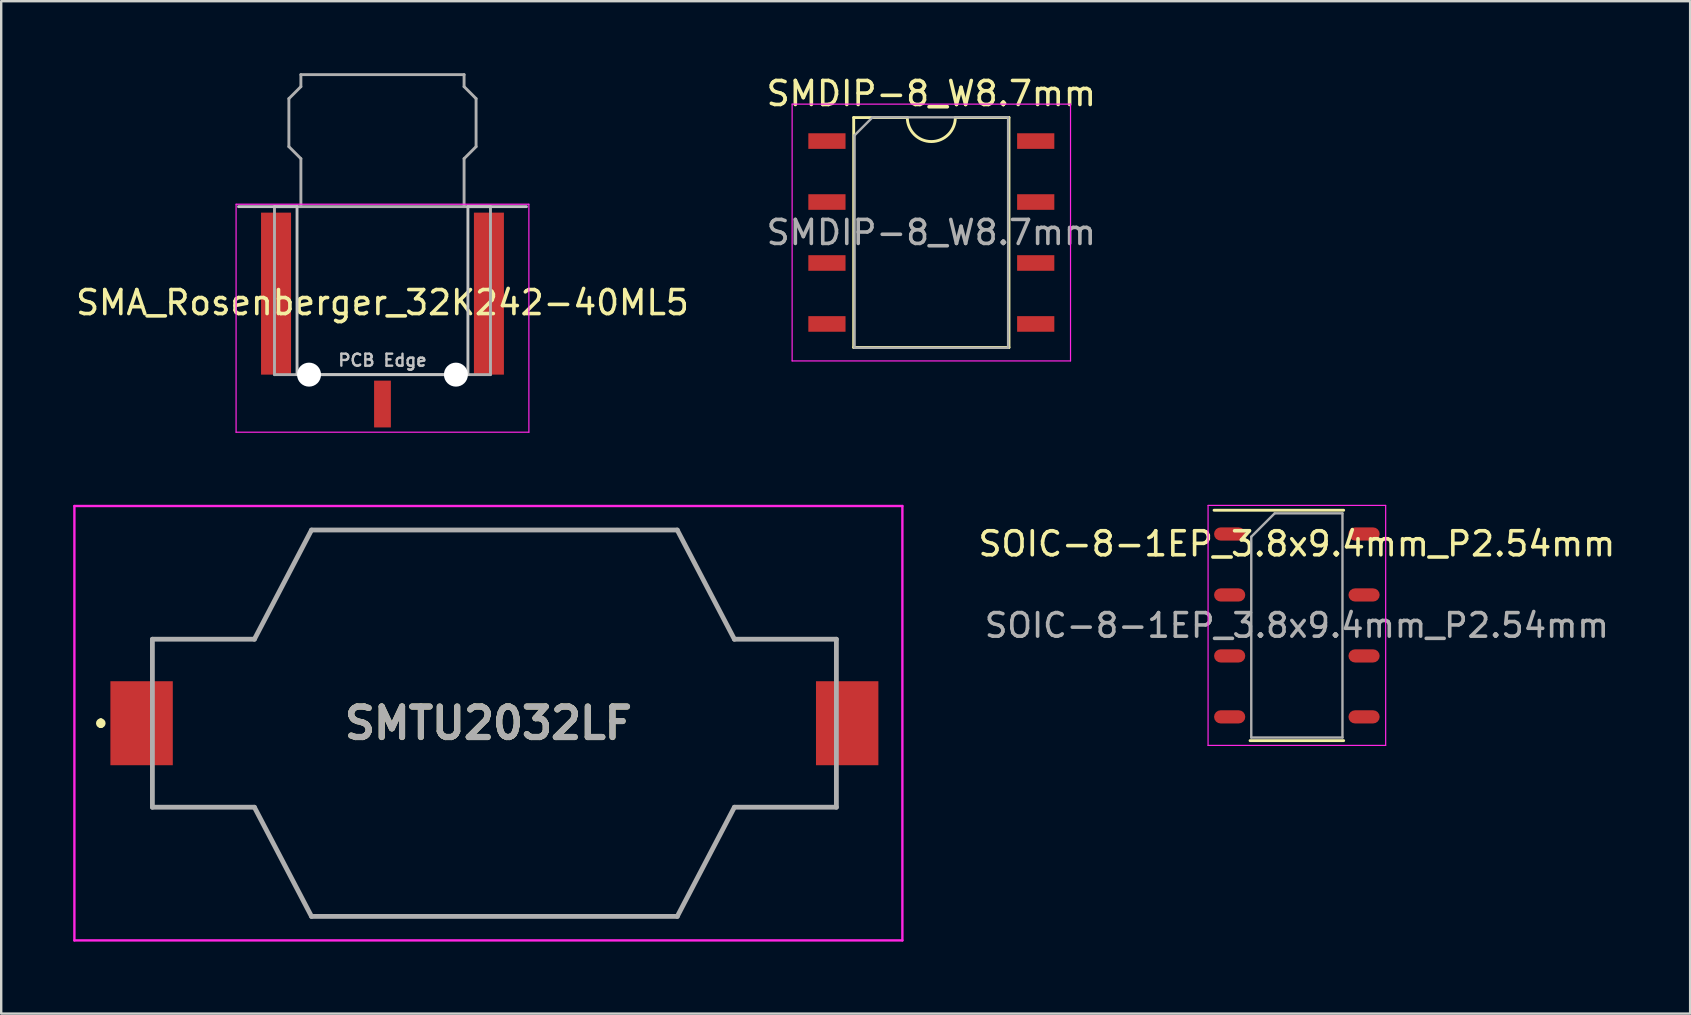
<source format=kicad_pcb>
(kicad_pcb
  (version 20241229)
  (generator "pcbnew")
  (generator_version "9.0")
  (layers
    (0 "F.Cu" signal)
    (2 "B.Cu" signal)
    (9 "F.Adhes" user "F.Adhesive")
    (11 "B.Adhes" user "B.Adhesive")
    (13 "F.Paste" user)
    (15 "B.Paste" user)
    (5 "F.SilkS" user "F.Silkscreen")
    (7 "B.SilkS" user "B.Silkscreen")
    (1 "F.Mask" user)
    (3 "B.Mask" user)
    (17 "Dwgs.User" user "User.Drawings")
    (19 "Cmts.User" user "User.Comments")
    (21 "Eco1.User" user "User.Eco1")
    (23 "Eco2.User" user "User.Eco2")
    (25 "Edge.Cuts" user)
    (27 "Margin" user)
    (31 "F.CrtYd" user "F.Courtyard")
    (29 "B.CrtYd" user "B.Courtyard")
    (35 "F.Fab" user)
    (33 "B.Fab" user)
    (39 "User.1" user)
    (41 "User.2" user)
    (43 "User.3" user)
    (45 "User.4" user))
  (footprint "SMTU2032LF"
    (layer "F.Cu")
    (at 17.55 27.085)
    (property "Reference" "SMTU2032LF" (at -0.25 0 0) (layer "F.SilkS") (effects (font (size 1.27 1.27) (thickness 0.254))))
    (attr smd)
    (fp_line (start -16.4 -0.1) (end -16.4 -0.1) (stroke (width 0.2) (type solid)) (layer "F.SilkS"))
    (fp_line (start -16.4 0.1) (end -16.4 0.1) (stroke (width 0.2) (type solid)) (layer "F.SilkS"))
    (fp_line (start -14.25 -3.5) (end -10 -3.5) (stroke (width 0.1) (type solid)) (layer "F.SilkS"))
    (fp_line (start -14.25 3.5) (end -10 3.5) (stroke (width 0.1) (type solid)) (layer "F.SilkS"))
    (fp_line (start -10 -3.5) (end -7.62 -8.05) (stroke (width 0.1) (type solid)) (layer "F.SilkS"))
    (fp_line (start -10 3.5) (end -7.62 8.05) (stroke (width 0.1) (type solid)) (layer "F.SilkS"))
    (fp_line (start -7.62 -8.05) (end 7.62 -8.05) (stroke (width 0.1) (type solid)) (layer "F.SilkS"))
    (fp_line (start -7.62 8.05) (end 7.62 8.05) (stroke (width 0.1) (type solid)) (layer "F.SilkS"))
    (fp_line (start 7.62 -8.05) (end 10 -3.5) (stroke (width 0.1) (type solid)) (layer "F.SilkS"))
    (fp_line (start 7.62 8.05) (end 10 3.5) (stroke (width 0.1) (type solid)) (layer "F.SilkS"))
    (fp_line (start 10 -3.5) (end 14.25 -3.5) (stroke (width 0.1) (type solid)) (layer "F.SilkS"))
    (fp_line (start 10 3.5) (end 14.25 3.5) (stroke (width 0.1) (type solid)) (layer "F.SilkS"))
    (fp_arc (start -16.4 -0.1) (mid -16.3 0) (end -16.4 0.1) (stroke (width 0.2) (type solid)) (layer "F.SilkS"))
    (fp_arc (start -16.4 0.1) (mid -16.5 0) (end -16.4 -0.1) (stroke (width 0.2) (type solid)) (layer "F.SilkS"))
    (fp_line (start -17.5 -9.05) (end 17 -9.05) (stroke (width 0.1) (type solid)) (layer "F.CrtYd"))
    (fp_line (start -17.5 9.05) (end -17.5 -9.05) (stroke (width 0.1) (type solid)) (layer "F.CrtYd"))
    (fp_line (start 17 -9.05) (end 17 9.05) (stroke (width 0.1) (type solid)) (layer "F.CrtYd"))
    (fp_line (start 17 9.05) (end -17.5 9.05) (stroke (width 0.1) (type solid)) (layer "F.CrtYd"))
    (fp_line (start -14.25 -3.5) (end -14.25 3.5) (stroke (width 0.2) (type solid)) (layer "F.Fab"))
    (fp_line (start -14.25 -3.5) (end -10 -3.5) (stroke (width 0.2) (type solid)) (layer "F.Fab"))
    (fp_line (start -14.25 3.5) (end -10 3.5) (stroke (width 0.2) (type solid)) (layer "F.Fab"))
    (fp_line (start -10 3.5) (end -7.62 8.05) (stroke (width 0.2) (type solid)) (layer "F.Fab"))
    (fp_line (start -7.62 -8.05) (end -10 -3.5) (stroke (width 0.2) (type solid)) (layer "F.Fab"))
    (fp_line (start -7.62 -8.05) (end 7.62 -8.05) (stroke (width 0.2) (type solid)) (layer "F.Fab"))
    (fp_line (start -7.62 8.05) (end 7.62 8.05) (stroke (width 0.2) (type solid)) (layer "F.Fab"))
    (fp_line (start 7.62 8.05) (end 10 3.5) (stroke (width 0.2) (type solid)) (layer "F.Fab"))
    (fp_line (start 10 -3.5) (end 7.62 -8.05) (stroke (width 0.2) (type solid)) (layer "F.Fab"))
    (fp_line (start 14.25 -3.5) (end 10 -3.5) (stroke (width 0.2) (type solid)) (layer "F.Fab"))
    (fp_line (start 14.25 -3.5) (end 14.25 3.5) (stroke (width 0.2) (type solid)) (layer "F.Fab"))
    (fp_line (start 14.25 3.5) (end 10 3.5) (stroke (width 0.2) (type solid)) (layer "F.Fab"))
    (fp_text user "${REFERENCE}" (at -0.25 0 0) (layer "F.Fab") (effects (font (size 1.27 1.27) (thickness 0.254))))
    (pad "1" smd rect (at -14.7 0) (size 2.6 3.5) (layers "F.Cu" "F.Mask" "F.Paste"))
    (pad "2" smd rect (at 14.7 0) (size 2.6 3.5) (layers "F.Cu" "F.Mask" "F.Paste")))
  (footprint "SOIC-8-1EP_3.8x9.4mm_P2.54mm"
    (layer "F.Cu")
    (at 50.987 23.01)
    (property "Reference" "SOIC-8-1EP_3.8x9.4mm_P2.54mm" (at 0 -3.4 0) (layer "F.SilkS") (effects (font (size 1 1) (thickness 0.15))))
    (attr smd)
    (fp_line (start 1.95 -4.8) (end -3.45 -4.8) (stroke (width 0.12) (type solid)) (layer "F.SilkS"))
    (fp_line (start 1.95 4.8) (end -1.95 4.8) (stroke (width 0.12) (type solid)) (layer "F.SilkS"))
    (fp_line (start -3.7 -5) (end -3.7 5) (stroke (width 0.05) (type solid)) (layer "F.CrtYd"))
    (fp_line (start -3.7 5) (end 3.7 5) (stroke (width 0.05) (type solid)) (layer "F.CrtYd"))
    (fp_line (start 3.7 -5) (end -3.7 -5) (stroke (width 0.05) (type solid)) (layer "F.CrtYd"))
    (fp_line (start 3.7 5) (end 3.7 -5) (stroke (width 0.05) (type solid)) (layer "F.CrtYd"))
    (fp_line (start -1.9 -3.695) (end -0.925 -4.67) (stroke (width 0.1) (type solid)) (layer "F.Fab"))
    (fp_line (start -1.9 4.67) (end -1.9 -3.695) (stroke (width 0.1) (type solid)) (layer "F.Fab"))
    (fp_line (start -0.925 -4.67) (end 1.9 -4.67) (stroke (width 0.1) (type solid)) (layer "F.Fab"))
    (fp_line (start 1.9 -4.67) (end 1.9 4.67) (stroke (width 0.1) (type solid)) (layer "F.Fab"))
    (fp_line (start 1.9 4.67) (end -1.9 4.67) (stroke (width 0.1) (type solid)) (layer "F.Fab"))
    (fp_text user "${REFERENCE}" (at 0 0 0) (layer "F.Fab") (effects (font (size 0.98 0.98) (thickness 0.15))))
    (pad "1" smd roundrect (at -2.8 -3.81) (size 1.3 0.55) (layers "F.Cu" "F.Mask" "F.Paste") (roundrect_rratio 0.5))
    (pad "2" smd roundrect (at -2.8 -1.27) (size 1.3 0.55) (layers "F.Cu" "F.Mask" "F.Paste") (roundrect_rratio 0.5))
    (pad "3" smd roundrect (at -2.8 1.27) (size 1.3 0.55) (layers "F.Cu" "F.Mask" "F.Paste") (roundrect_rratio 0.5))
    (pad "4" smd roundrect (at -2.8 3.81) (size 1.3 0.55) (layers "F.Cu" "F.Mask" "F.Paste") (roundrect_rratio 0.5))
    (pad "5" smd roundrect (at 2.8 3.81) (size 1.3 0.55) (layers "F.Cu" "F.Mask" "F.Paste") (roundrect_rratio 0.5))
    (pad "6" smd roundrect (at 2.8 1.27) (size 1.3 0.55) (layers "F.Cu" "F.Mask" "F.Paste") (roundrect_rratio 0.5))
    (pad "7" smd roundrect (at 2.8 -1.27) (size 1.3 0.55) (layers "F.Cu" "F.Mask" "F.Paste") (roundrect_rratio 0.5))
    (pad "8" smd roundrect (at 2.8 -3.81) (size 1.3 0.55) (layers "F.Cu" "F.Mask" "F.Paste") (roundrect_rratio 0.5)))
  (footprint "SMDIP-8_W8.7mm"
    (layer "F.Cu")
    (at 35.756 6.638)
    (property "Reference" "SMDIP-8_W8.7mm" (at 0 -5.79 0) (layer "F.SilkS") (effects (font (size 1 1) (thickness 0.15))))
    (attr smd)
    (fp_line (start -3.235 -4.79) (end -3.235 4.79) (stroke (width 0.12) (type solid)) (layer "F.SilkS"))
    (fp_line (start -3.235 4.79) (end 3.235 4.79) (stroke (width 0.12) (type solid)) (layer "F.SilkS"))
    (fp_line (start -1 -4.79) (end -3.235 -4.79) (stroke (width 0.12) (type solid)) (layer "F.SilkS"))
    (fp_line (start 3.235 -4.79) (end 1 -4.79) (stroke (width 0.12) (type solid)) (layer "F.SilkS"))
    (fp_line (start 3.235 4.79) (end 3.235 -4.79) (stroke (width 0.12) (type solid)) (layer "F.SilkS"))
    (fp_arc (start 1 -4.79) (mid 0 -3.79) (end -1 -4.79) (stroke (width 0.12) (type solid)) (layer "F.SilkS"))
    (fp_line (start -5.8 -5.35) (end -5.8 5.35) (stroke (width 0.05) (type solid)) (layer "F.CrtYd"))
    (fp_line (start -5.8 5.35) (end 5.8 5.35) (stroke (width 0.05) (type solid)) (layer "F.CrtYd"))
    (fp_line (start 5.8 -5.35) (end -5.8 -5.35) (stroke (width 0.05) (type solid)) (layer "F.CrtYd"))
    (fp_line (start 5.8 5.35) (end 5.8 -5.35) (stroke (width 0.05) (type solid)) (layer "F.CrtYd"))
    (fp_line (start -3.2 -4.05) (end -2.45 -4.8) (stroke (width 0.1) (type solid)) (layer "F.Fab"))
    (fp_line (start -3.2 4.8) (end -3.2 -4.05) (stroke (width 0.1) (type solid)) (layer "F.Fab"))
    (fp_line (start 3.2 -4.8) (end -2.45 -4.8) (stroke (width 0.1) (type solid)) (layer "F.Fab"))
    (fp_line (start 3.2 -4.8) (end 3.2 4.8) (stroke (width 0.1) (type solid)) (layer "F.Fab"))
    (fp_line (start 3.2 4.8) (end -3.2 4.8) (stroke (width 0.1) (type solid)) (layer "F.Fab"))
    (fp_text user "${REFERENCE}" (at 0 0 0) (layer "F.Fab") (effects (font (size 1 1) (thickness 0.15))))
    (pad "1" smd rect (at -4.35 -3.81) (size 1.55 0.65) (layers "F.Cu" "F.Mask" "F.Paste"))
    (pad "2" smd rect (at -4.35 -1.27) (size 1.55 0.65) (layers "F.Cu" "F.Mask" "F.Paste"))
    (pad "3" smd rect (at -4.35 1.27) (size 1.55 0.65) (layers "F.Cu" "F.Mask" "F.Paste"))
    (pad "4" smd rect (at -4.35 3.81) (size 1.55 0.65) (layers "F.Cu" "F.Mask" "F.Paste"))
    (pad "5" smd rect (at 4.35 3.81) (size 1.55 0.65) (layers "F.Cu" "F.Mask" "F.Paste"))
    (pad "6" smd rect (at 4.35 1.27) (size 1.55 0.65) (layers "F.Cu" "F.Mask" "F.Paste"))
    (pad "7" smd rect (at 4.35 -1.27) (size 1.55 0.65) (layers "F.Cu" "F.Mask" "F.Paste"))
    (pad "8" smd rect (at 4.35 -3.81) (size 1.55 0.65) (layers "F.Cu" "F.Mask" "F.Paste")))
  (footprint "SMA_Rosenberger_32K242-40ML5"
    (layer "F.Cu")
    (at 12.887 9.06)
    (property "Reference" "SMA_Rosenberger_32K242-40ML5" (at 0 0.5 0) (layer "F.SilkS") (effects (font (size 1 1) (thickness 0.15))))
    (attr smd)
    (fp_line (start -6 -3.5) (end -3.56 -3.5) (stroke (width 0.12) (type solid)) (layer "Dwgs.User"))
    (fp_line (start -3.56 3.5) (end -3.56 -3.5) (stroke (width 0.12) (type solid)) (layer "Dwgs.User"))
    (fp_line (start 3.56 -3.5) (end 3.56 3.5) (stroke (width 0.12) (type solid)) (layer "Dwgs.User"))
    (fp_line (start 3.56 -3.5) (end 6 -3.5) (stroke (width 0.12) (type solid)) (layer "Dwgs.User"))
    (fp_line (start 3.56 3.5) (end -3.56 3.5) (stroke (width 0.12) (type solid)) (layer "Dwgs.User"))
    (fp_line (start -6.1 -3.6) (end 6.1 -3.6) (stroke (width 0.05) (type solid)) (layer "F.CrtYd"))
    (fp_line (start -6.1 5.9) (end -6.1 -3.6) (stroke (width 0.05) (type solid)) (layer "F.CrtYd"))
    (fp_line (start 6.1 -3.6) (end 6.1 5.9) (stroke (width 0.05) (type solid)) (layer "F.CrtYd"))
    (fp_line (start 6.1 5.9) (end -6.1 5.9) (stroke (width 0.05) (type solid)) (layer "F.CrtYd"))
    (fp_line (start -4.5 -3.5) (end -4.5 3.5) (stroke (width 0.12) (type solid)) (layer "F.Fab"))
    (fp_line (start -4.5 -3.5) (end 4.5 -3.5) (stroke (width 0.12) (type solid)) (layer "F.Fab"))
    (fp_line (start -4.5 3.5) (end 4.5 3.5) (stroke (width 0.12) (type solid)) (layer "F.Fab"))
    (fp_line (start -3.9 -8) (end -3.4 -8.5) (stroke (width 0.12) (type solid)) (layer "F.Fab"))
    (fp_line (start -3.9 -6) (end -3.9 -8) (stroke (width 0.12) (type solid)) (layer "F.Fab"))
    (fp_line (start -3.9 -6) (end -3.4 -5.5) (stroke (width 0.12) (type solid)) (layer "F.Fab"))
    (fp_line (start -3.4 -9) (end 3.4 -9) (stroke (width 0.12) (type solid)) (layer "F.Fab"))
    (fp_line (start -3.4 -8.5) (end -3.4 -9) (stroke (width 0.12) (type solid)) (layer "F.Fab"))
    (fp_line (start -3.4 -3.5) (end -3.4 -5.5) (stroke (width 0.12) (type solid)) (layer "F.Fab"))
    (fp_line (start 3.4 -8.5) (end 3.4 -9) (stroke (width 0.12) (type solid)) (layer "F.Fab"))
    (fp_line (start 3.4 -5.5) (end 3.9 -6) (stroke (width 0.12) (type solid)) (layer "F.Fab"))
    (fp_line (start 3.4 -3.5) (end 3.4 -5.5) (stroke (width 0.12) (type solid)) (layer "F.Fab"))
    (fp_line (start 3.9 -8) (end 3.4 -8.5) (stroke (width 0.12) (type solid)) (layer "F.Fab"))
    (fp_line (start 3.9 -6) (end 3.9 -8) (stroke (width 0.12) (type solid)) (layer "F.Fab"))
    (fp_line (start 4.5 -3.5) (end 4.5 3.5) (stroke (width 0.12) (type solid)) (layer "F.Fab"))
    (fp_text user "PCB Edge" (at 0 2.9 0) (layer "Dwgs.User") (effects (font (size 0.5 0.5) (thickness 0.1))))
    (pad "" np_thru_hole circle (at -3.06 3.5) (size 1 1) (drill 1) (layers "*.Cu" "*.Mask"))
    (pad "" np_thru_hole circle (at 3.06 3.5) (size 1 1) (drill 1) (layers "*.Cu" "*.Mask"))
    (pad "1" smd rect (at 0 4.725) (size 0.7 1.95) (layers "F.Cu" "F.Mask" "F.Paste"))
    (pad "2" smd rect (at -4.435 0.125) (size 1.25 6.75) (layers "F.Cu" "F.Mask" "F.Paste"))
    (pad "2" smd rect (at 4.435 0.125) (size 1.25 6.75) (layers "F.Cu" "F.Mask" "F.Paste")))
  (gr_rect
    (start -3 -3)
    (end 67.374 39.185)
    (stroke (width 0.1) (type default))
    (fill no)
    (layer "Edge.Cuts")))
</source>
